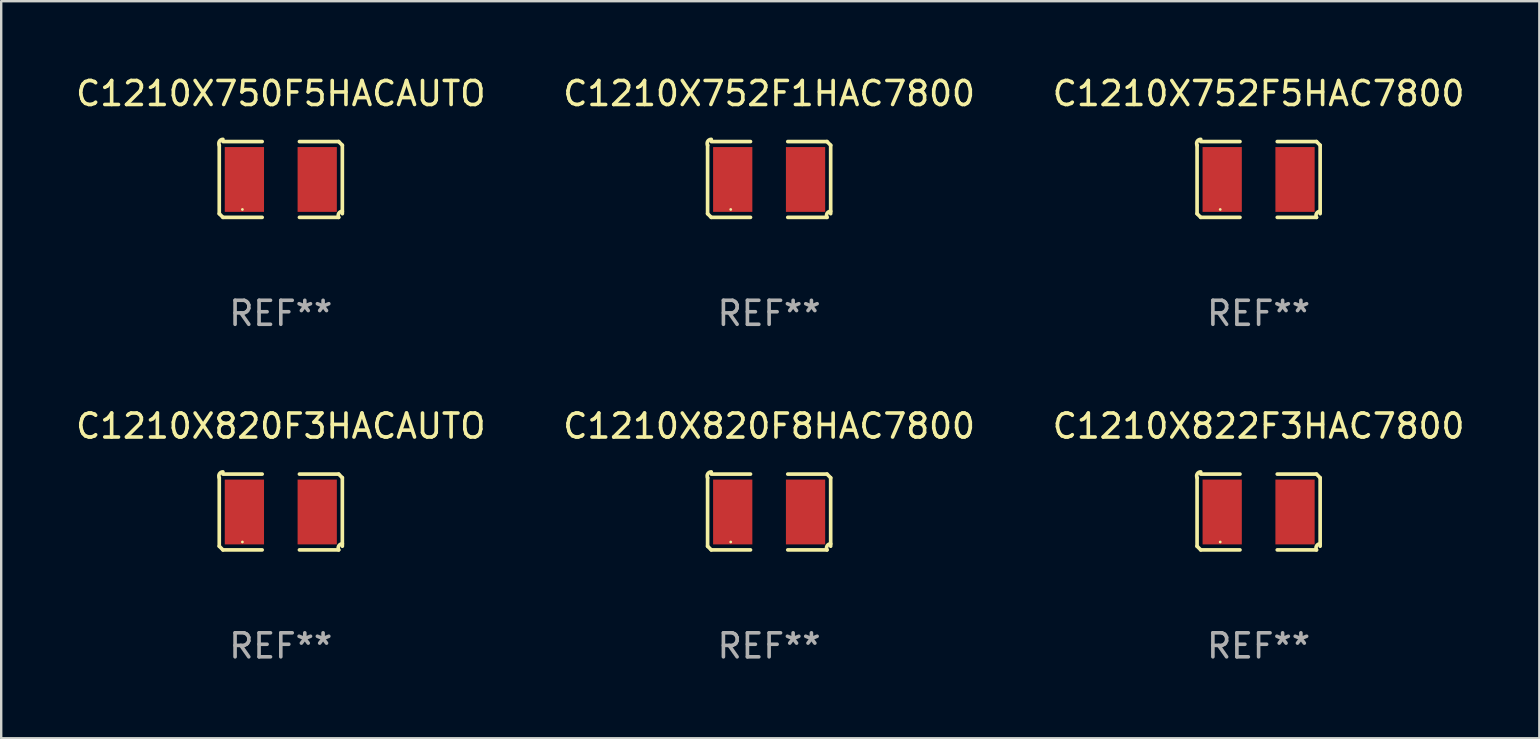
<source format=kicad_pcb>
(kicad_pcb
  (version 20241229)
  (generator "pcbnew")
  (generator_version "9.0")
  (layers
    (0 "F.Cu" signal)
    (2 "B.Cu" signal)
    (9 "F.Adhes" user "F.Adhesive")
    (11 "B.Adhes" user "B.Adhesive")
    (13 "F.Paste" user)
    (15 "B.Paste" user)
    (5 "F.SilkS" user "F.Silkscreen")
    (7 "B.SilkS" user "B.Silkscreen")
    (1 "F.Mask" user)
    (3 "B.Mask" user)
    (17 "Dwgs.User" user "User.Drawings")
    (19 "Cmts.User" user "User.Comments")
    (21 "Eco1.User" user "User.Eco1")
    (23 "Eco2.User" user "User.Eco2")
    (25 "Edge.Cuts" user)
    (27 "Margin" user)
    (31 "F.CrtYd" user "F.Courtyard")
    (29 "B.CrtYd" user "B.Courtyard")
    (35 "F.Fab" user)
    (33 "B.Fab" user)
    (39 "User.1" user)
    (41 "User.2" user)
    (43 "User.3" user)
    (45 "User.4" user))
  (footprint "C1210X750F5HACAUTO"
    (layer "F.Cu")
    (at 8.649 4.427)
    (property "Reference" "C1210X750F5HACAUTO" (at 0 -3.579 0) (layer "F.SilkS") (effects (font (size 1 1) (thickness 0.15))))
    (attr through_hole)
    (fp_line (start -2.564 1.426) (end -2.564 -1.426) (stroke (width 0.152) (type solid)) (layer "F.SilkS"))
    (fp_line (start -2.411 -1.579) (end -0.776 -1.579) (stroke (width 0.152) (type solid)) (layer "F.SilkS"))
    (fp_line (start -0.776 1.579) (end -2.411 1.579) (stroke (width 0.152) (type solid)) (layer "F.SilkS"))
    (fp_line (start 0.776 1.579) (end 2.411 1.579) (stroke (width 0.152) (type solid)) (layer "F.SilkS"))
    (fp_line (start 2.411 -1.579) (end 0.776 -1.579) (stroke (width 0.152) (type solid)) (layer "F.SilkS"))
    (fp_line (start 2.564 1.426) (end 2.564 -1.426) (stroke (width 0.152) (type solid)) (layer "F.SilkS"))
    (fp_arc (start -2.563602 -1.426213) (mid -2.555597 -1.591233) (end -2.411201 -1.671518) (stroke (width 0.1524) (type solid)) (layer "F.SilkS"))
    (fp_arc (start -2.5636 1.426214) (mid -2.487389 1.502402) (end -2.411201 1.578613) (stroke (width 0.1524) (type solid)) (layer "F.SilkS"))
    (fp_arc (start 2.411197 -1.578618) (mid 2.487403 -1.502419) (end 2.563602 -1.426213) (stroke (width 0.1524) (type solid)) (layer "F.SilkS"))
    (fp_arc (start 2.411201 1.578613) (mid 2.416214 1.409455) (end 2.563602 1.32629) (stroke (width 0.1524) (type solid)) (layer "F.SilkS"))
    (fp_circle (center -1.6 1.25) (end -1.57 1.25) (stroke (width 0.06) (type solid)) (fill no) (layer "F.SilkS"))
    (fp_text user "REF**" (at 0 5.579 0) (layer "F.Fab") (effects (font (size 1 1) (thickness 0.15))))
    (pad "1" smd rect (at -1.517 0) (size 1.635 2.7) (layers "F.Cu" "F.Mask" "F.Paste"))
    (pad "2" smd rect (at 1.517 0) (size 1.635 2.7) (layers "F.Cu" "F.Mask" "F.Paste")))
  (footprint "C1210X752F1HAC7800"
    (layer "F.Cu")
    (at 28.994 4.427)
    (property "Reference" "C1210X752F1HAC7800" (at 0 -3.579 0) (layer "F.SilkS") (effects (font (size 1 1) (thickness 0.15))))
    (attr through_hole)
    (fp_line (start -2.564 1.426) (end -2.564 -1.426) (stroke (width 0.152) (type solid)) (layer "F.SilkS"))
    (fp_line (start -2.411 -1.579) (end -0.776 -1.579) (stroke (width 0.152) (type solid)) (layer "F.SilkS"))
    (fp_line (start -0.776 1.579) (end -2.411 1.579) (stroke (width 0.152) (type solid)) (layer "F.SilkS"))
    (fp_line (start 0.776 1.579) (end 2.411 1.579) (stroke (width 0.152) (type solid)) (layer "F.SilkS"))
    (fp_line (start 2.411 -1.579) (end 0.776 -1.579) (stroke (width 0.152) (type solid)) (layer "F.SilkS"))
    (fp_line (start 2.564 1.426) (end 2.564 -1.426) (stroke (width 0.152) (type solid)) (layer "F.SilkS"))
    (fp_arc (start -2.563602 -1.426213) (mid -2.555597 -1.591233) (end -2.411201 -1.671518) (stroke (width 0.1524) (type solid)) (layer "F.SilkS"))
    (fp_arc (start -2.5636 1.426214) (mid -2.487389 1.502402) (end -2.411201 1.578613) (stroke (width 0.1524) (type solid)) (layer "F.SilkS"))
    (fp_arc (start 2.411197 -1.578618) (mid 2.487403 -1.502419) (end 2.563602 -1.426213) (stroke (width 0.1524) (type solid)) (layer "F.SilkS"))
    (fp_arc (start 2.411201 1.578613) (mid 2.416214 1.409455) (end 2.563602 1.32629) (stroke (width 0.1524) (type solid)) (layer "F.SilkS"))
    (fp_circle (center -1.6 1.25) (end -1.57 1.25) (stroke (width 0.06) (type solid)) (fill no) (layer "F.SilkS"))
    (fp_text user "REF**" (at 0 5.579 0) (layer "F.Fab") (effects (font (size 1 1) (thickness 0.15))))
    (pad "1" smd rect (at -1.517 0) (size 1.635 2.7) (layers "F.Cu" "F.Mask" "F.Paste"))
    (pad "2" smd rect (at 1.517 0) (size 1.635 2.7) (layers "F.Cu" "F.Mask" "F.Paste")))
  (footprint "C1210X752F5HAC7800"
    (layer "F.Cu")
    (at 49.387 4.427)
    (property "Reference" "C1210X752F5HAC7800" (at 0 -3.579 0) (layer "F.SilkS") (effects (font (size 1 1) (thickness 0.15))))
    (attr through_hole)
    (fp_line (start -2.564 1.426) (end -2.564 -1.426) (stroke (width 0.152) (type solid)) (layer "F.SilkS"))
    (fp_line (start -2.411 -1.579) (end -0.776 -1.579) (stroke (width 0.152) (type solid)) (layer "F.SilkS"))
    (fp_line (start -0.776 1.579) (end -2.411 1.579) (stroke (width 0.152) (type solid)) (layer "F.SilkS"))
    (fp_line (start 0.776 1.579) (end 2.411 1.579) (stroke (width 0.152) (type solid)) (layer "F.SilkS"))
    (fp_line (start 2.411 -1.579) (end 0.776 -1.579) (stroke (width 0.152) (type solid)) (layer "F.SilkS"))
    (fp_line (start 2.564 1.426) (end 2.564 -1.426) (stroke (width 0.152) (type solid)) (layer "F.SilkS"))
    (fp_arc (start -2.563602 -1.426213) (mid -2.555597 -1.591233) (end -2.411201 -1.671518) (stroke (width 0.1524) (type solid)) (layer "F.SilkS"))
    (fp_arc (start -2.5636 1.426214) (mid -2.487389 1.502402) (end -2.411201 1.578613) (stroke (width 0.1524) (type solid)) (layer "F.SilkS"))
    (fp_arc (start 2.411197 -1.578618) (mid 2.487403 -1.502419) (end 2.563602 -1.426213) (stroke (width 0.1524) (type solid)) (layer "F.SilkS"))
    (fp_arc (start 2.411201 1.578613) (mid 2.416214 1.409455) (end 2.563602 1.32629) (stroke (width 0.1524) (type solid)) (layer "F.SilkS"))
    (fp_circle (center -1.6 1.25) (end -1.57 1.25) (stroke (width 0.06) (type solid)) (fill no) (layer "F.SilkS"))
    (fp_text user "REF**" (at 0 5.579 0) (layer "F.Fab") (effects (font (size 1 1) (thickness 0.15))))
    (pad "1" smd rect (at -1.517 0) (size 1.635 2.7) (layers "F.Cu" "F.Mask" "F.Paste"))
    (pad "2" smd rect (at 1.517 0) (size 1.635 2.7) (layers "F.Cu" "F.Mask" "F.Paste")))
  (footprint "C1210X820F8HAC7800"
    (layer "F.Cu")
    (at 28.994 18.281)
    (property "Reference" "C1210X820F8HAC7800" (at 0 -3.579 0) (layer "F.SilkS") (effects (font (size 1 1) (thickness 0.15))))
    (attr through_hole)
    (fp_line (start -2.564 1.426) (end -2.564 -1.426) (stroke (width 0.152) (type solid)) (layer "F.SilkS"))
    (fp_line (start -2.411 -1.579) (end -0.776 -1.579) (stroke (width 0.152) (type solid)) (layer "F.SilkS"))
    (fp_line (start -0.776 1.579) (end -2.411 1.579) (stroke (width 0.152) (type solid)) (layer "F.SilkS"))
    (fp_line (start 0.776 1.579) (end 2.411 1.579) (stroke (width 0.152) (type solid)) (layer "F.SilkS"))
    (fp_line (start 2.411 -1.579) (end 0.776 -1.579) (stroke (width 0.152) (type solid)) (layer "F.SilkS"))
    (fp_line (start 2.564 1.426) (end 2.564 -1.426) (stroke (width 0.152) (type solid)) (layer "F.SilkS"))
    (fp_arc (start -2.563602 -1.426213) (mid -2.555597 -1.591233) (end -2.411201 -1.671518) (stroke (width 0.1524) (type solid)) (layer "F.SilkS"))
    (fp_arc (start -2.5636 1.426214) (mid -2.487389 1.502402) (end -2.411201 1.578613) (stroke (width 0.1524) (type solid)) (layer "F.SilkS"))
    (fp_arc (start 2.411197 -1.578618) (mid 2.487403 -1.502419) (end 2.563602 -1.426213) (stroke (width 0.1524) (type solid)) (layer "F.SilkS"))
    (fp_arc (start 2.411201 1.578613) (mid 2.416214 1.409455) (end 2.563602 1.32629) (stroke (width 0.1524) (type solid)) (layer "F.SilkS"))
    (fp_circle (center -1.6 1.25) (end -1.57 1.25) (stroke (width 0.06) (type solid)) (fill no) (layer "F.SilkS"))
    (fp_text user "REF**" (at 0 5.579 0) (layer "F.Fab") (effects (font (size 1 1) (thickness 0.15))))
    (pad "1" smd rect (at -1.517 0) (size 1.635 2.7) (layers "F.Cu" "F.Mask" "F.Paste"))
    (pad "2" smd rect (at 1.517 0) (size 1.635 2.7) (layers "F.Cu" "F.Mask" "F.Paste")))
  (footprint "C1210X820F3HACAUTO"
    (layer "F.Cu")
    (at 8.649 18.281)
    (property "Reference" "C1210X820F3HACAUTO" (at 0 -3.579 0) (layer "F.SilkS") (effects (font (size 1 1) (thickness 0.15))))
    (attr through_hole)
    (fp_line (start -2.564 1.426) (end -2.564 -1.426) (stroke (width 0.152) (type solid)) (layer "F.SilkS"))
    (fp_line (start -2.411 -1.579) (end -0.776 -1.579) (stroke (width 0.152) (type solid)) (layer "F.SilkS"))
    (fp_line (start -0.776 1.579) (end -2.411 1.579) (stroke (width 0.152) (type solid)) (layer "F.SilkS"))
    (fp_line (start 0.776 1.579) (end 2.411 1.579) (stroke (width 0.152) (type solid)) (layer "F.SilkS"))
    (fp_line (start 2.411 -1.579) (end 0.776 -1.579) (stroke (width 0.152) (type solid)) (layer "F.SilkS"))
    (fp_line (start 2.564 1.426) (end 2.564 -1.426) (stroke (width 0.152) (type solid)) (layer "F.SilkS"))
    (fp_arc (start -2.563602 -1.426213) (mid -2.555597 -1.591233) (end -2.411201 -1.671518) (stroke (width 0.1524) (type solid)) (layer "F.SilkS"))
    (fp_arc (start -2.5636 1.426214) (mid -2.487389 1.502402) (end -2.411201 1.578613) (stroke (width 0.1524) (type solid)) (layer "F.SilkS"))
    (fp_arc (start 2.411197 -1.578618) (mid 2.487403 -1.502419) (end 2.563602 -1.426213) (stroke (width 0.1524) (type solid)) (layer "F.SilkS"))
    (fp_arc (start 2.411201 1.578613) (mid 2.416214 1.409455) (end 2.563602 1.32629) (stroke (width 0.1524) (type solid)) (layer "F.SilkS"))
    (fp_circle (center -1.6 1.25) (end -1.57 1.25) (stroke (width 0.06) (type solid)) (fill no) (layer "F.SilkS"))
    (fp_text user "REF**" (at 0 5.579 0) (layer "F.Fab") (effects (font (size 1 1) (thickness 0.15))))
    (pad "1" smd rect (at -1.517 0) (size 1.635 2.7) (layers "F.Cu" "F.Mask" "F.Paste"))
    (pad "2" smd rect (at 1.517 0) (size 1.635 2.7) (layers "F.Cu" "F.Mask" "F.Paste")))
  (footprint "C1210X822F3HAC7800"
    (layer "F.Cu")
    (at 49.387 18.281)
    (property "Reference" "C1210X822F3HAC7800" (at 0 -3.579 0) (layer "F.SilkS") (effects (font (size 1 1) (thickness 0.15))))
    (attr through_hole)
    (fp_line (start -2.564 1.426) (end -2.564 -1.426) (stroke (width 0.152) (type solid)) (layer "F.SilkS"))
    (fp_line (start -2.411 -1.579) (end -0.776 -1.579) (stroke (width 0.152) (type solid)) (layer "F.SilkS"))
    (fp_line (start -0.776 1.579) (end -2.411 1.579) (stroke (width 0.152) (type solid)) (layer "F.SilkS"))
    (fp_line (start 0.776 1.579) (end 2.411 1.579) (stroke (width 0.152) (type solid)) (layer "F.SilkS"))
    (fp_line (start 2.411 -1.579) (end 0.776 -1.579) (stroke (width 0.152) (type solid)) (layer "F.SilkS"))
    (fp_line (start 2.564 1.426) (end 2.564 -1.426) (stroke (width 0.152) (type solid)) (layer "F.SilkS"))
    (fp_arc (start -2.563602 -1.426213) (mid -2.555597 -1.591233) (end -2.411201 -1.671518) (stroke (width 0.1524) (type solid)) (layer "F.SilkS"))
    (fp_arc (start -2.5636 1.426214) (mid -2.487389 1.502402) (end -2.411201 1.578613) (stroke (width 0.1524) (type solid)) (layer "F.SilkS"))
    (fp_arc (start 2.411197 -1.578618) (mid 2.487403 -1.502419) (end 2.563602 -1.426213) (stroke (width 0.1524) (type solid)) (layer "F.SilkS"))
    (fp_arc (start 2.411201 1.578613) (mid 2.416214 1.409455) (end 2.563602 1.32629) (stroke (width 0.1524) (type solid)) (layer "F.SilkS"))
    (fp_circle (center -1.6 1.25) (end -1.57 1.25) (stroke (width 0.06) (type solid)) (fill no) (layer "F.SilkS"))
    (fp_text user "REF**" (at 0 5.579 0) (layer "F.Fab") (effects (font (size 1 1) (thickness 0.15))))
    (pad "1" smd rect (at -1.517 0) (size 1.635 2.7) (layers "F.Cu" "F.Mask" "F.Paste"))
    (pad "2" smd rect (at 1.517 0) (size 1.635 2.7) (layers "F.Cu" "F.Mask" "F.Paste")))
  (gr_rect
    (start -3 -3)
    (end 61.083 27.707)
    (stroke (width 0.1) (type default))
    (fill no)
    (layer "Edge.Cuts")))
</source>
